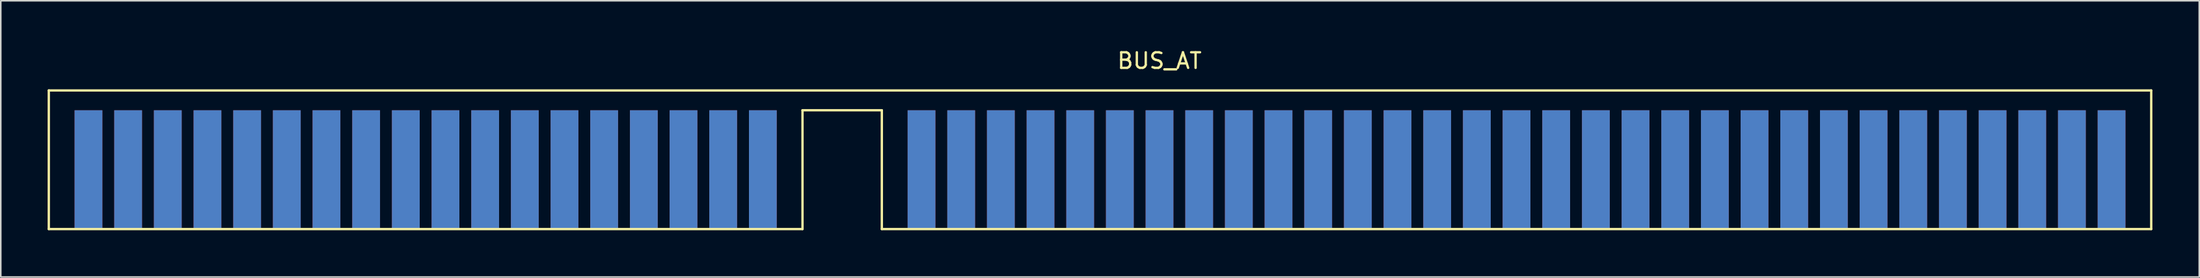
<source format=kicad_pcb>
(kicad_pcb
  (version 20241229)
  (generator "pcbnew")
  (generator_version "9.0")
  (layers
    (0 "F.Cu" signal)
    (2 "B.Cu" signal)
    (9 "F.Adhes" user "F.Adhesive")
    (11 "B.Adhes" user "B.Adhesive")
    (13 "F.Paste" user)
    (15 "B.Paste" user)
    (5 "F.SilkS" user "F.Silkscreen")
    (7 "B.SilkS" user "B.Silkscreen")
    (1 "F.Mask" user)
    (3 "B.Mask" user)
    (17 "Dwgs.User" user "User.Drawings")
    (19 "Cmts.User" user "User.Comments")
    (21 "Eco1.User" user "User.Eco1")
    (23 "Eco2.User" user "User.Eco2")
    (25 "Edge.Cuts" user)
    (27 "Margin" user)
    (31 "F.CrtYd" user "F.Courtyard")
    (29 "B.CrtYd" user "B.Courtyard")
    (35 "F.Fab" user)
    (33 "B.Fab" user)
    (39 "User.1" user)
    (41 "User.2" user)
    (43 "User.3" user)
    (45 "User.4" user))
  (footprint "BUS_AT"
    (layer "F.Cu")
    (at 94.055 7.833)
    (property "Reference" "BUS_AT" (at -22.86 -6.985 0) (layer "F.SilkS") (effects (font (size 1 1) (thickness 0.15))))
    (attr through_hole)
    (fp_line (start -93.98 -5.08) (end 40.64 -5.08) (stroke (width 0.15) (type solid)) (layer "F.SilkS"))
    (fp_line (start -93.98 3.81) (end -93.98 -5.08) (stroke (width 0.15) (type solid)) (layer "F.SilkS"))
    (fp_line (start -45.72 -3.81) (end -45.72 3.81) (stroke (width 0.15) (type solid)) (layer "F.SilkS"))
    (fp_line (start -45.72 3.81) (end -93.98 3.81) (stroke (width 0.15) (type solid)) (layer "F.SilkS"))
    (fp_line (start -40.64 -3.81) (end -45.72 -3.81) (stroke (width 0.15) (type solid)) (layer "F.SilkS"))
    (fp_line (start -40.64 3.81) (end -40.64 -3.81) (stroke (width 0.15) (type solid)) (layer "F.SilkS"))
    (fp_line (start 40.64 -5.08) (end 40.64 3.81) (stroke (width 0.15) (type solid)) (layer "F.SilkS"))
    (fp_line (start 40.64 3.81) (end -40.64 3.81) (stroke (width 0.15) (type solid)) (layer "F.SilkS"))
    (pad "1" connect rect (at 38.1 0) (size 1.778 7.62) (layers "B.Cu" "B.Mask"))
    (pad "2" connect rect (at 35.56 0) (size 1.778 7.62) (layers "B.Cu" "B.Mask"))
    (pad "3" connect rect (at 33.02 0) (size 1.778 7.62) (layers "B.Cu" "B.Mask"))
    (pad "4" connect rect (at 30.48 0) (size 1.778 7.62) (layers "B.Cu" "B.Mask"))
    (pad "5" connect rect (at 27.94 0) (size 1.778 7.62) (layers "B.Cu" "B.Mask"))
    (pad "6" connect rect (at 25.4 0) (size 1.778 7.62) (layers "B.Cu" "B.Mask"))
    (pad "7" connect rect (at 22.86 0) (size 1.778 7.62) (layers "B.Cu" "B.Mask"))
    (pad "8" connect rect (at 20.32 0) (size 1.778 7.62) (layers "B.Cu" "B.Mask"))
    (pad "9" connect rect (at 17.78 0) (size 1.778 7.62) (layers "B.Cu" "B.Mask"))
    (pad "10" connect rect (at 15.24 0) (size 1.778 7.62) (layers "B.Cu" "B.Mask"))
    (pad "11" connect rect (at 12.7 0) (size 1.778 7.62) (layers "B.Cu" "B.Mask"))
    (pad "12" connect rect (at 10.16 0) (size 1.778 7.62) (layers "B.Cu" "B.Mask"))
    (pad "13" connect rect (at 7.62 0) (size 1.778 7.62) (layers "B.Cu" "B.Mask"))
    (pad "14" connect rect (at 5.08 0) (size 1.778 7.62) (layers "B.Cu" "B.Mask"))
    (pad "15" connect rect (at 2.54 0) (size 1.778 7.62) (layers "B.Cu" "B.Mask"))
    (pad "16" connect rect (at 0 0) (size 1.778 7.62) (layers "B.Cu" "B.Mask"))
    (pad "17" connect rect (at -2.54 0) (size 1.778 7.62) (layers "B.Cu" "B.Mask"))
    (pad "18" connect rect (at -5.08 0) (size 1.778 7.62) (layers "B.Cu" "B.Mask"))
    (pad "19" connect rect (at -7.62 0) (size 1.778 7.62) (layers "B.Cu" "B.Mask"))
    (pad "20" connect rect (at -10.16 0) (size 1.778 7.62) (layers "B.Cu" "B.Mask"))
    (pad "21" connect rect (at -12.7 0) (size 1.778 7.62) (layers "B.Cu" "B.Mask"))
    (pad "22" connect rect (at -15.24 0) (size 1.778 7.62) (layers "B.Cu" "B.Mask"))
    (pad "23" connect rect (at -17.78 0) (size 1.778 7.62) (layers "B.Cu" "B.Mask"))
    (pad "24" connect rect (at -20.32 0) (size 1.778 7.62) (layers "B.Cu" "B.Mask"))
    (pad "25" connect rect (at -22.86 0) (size 1.778 7.62) (layers "B.Cu" "B.Mask"))
    (pad "26" connect rect (at -25.4 0) (size 1.778 7.62) (layers "B.Cu" "B.Mask"))
    (pad "27" connect rect (at -27.94 0) (size 1.778 7.62) (layers "B.Cu" "B.Mask"))
    (pad "28" connect rect (at -30.48 0) (size 1.778 7.62) (layers "B.Cu" "B.Mask"))
    (pad "29" connect rect (at -33.02 0) (size 1.778 7.62) (layers "B.Cu" "B.Mask"))
    (pad "30" connect rect (at -35.56 0) (size 1.778 7.62) (layers "B.Cu" "B.Mask"))
    (pad "31" connect rect (at -38.1 0) (size 1.778 7.62) (layers "B.Cu" "B.Mask"))
    (pad "32" connect rect (at 38.1 0) (size 1.778 7.62) (layers "F.Cu" "F.Mask"))
    (pad "33" connect rect (at 35.56 0) (size 1.778 7.62) (layers "F.Cu" "F.Mask"))
    (pad "34" connect rect (at 33.02 0) (size 1.778 7.62) (layers "F.Cu" "F.Mask"))
    (pad "35" connect rect (at 30.48 0) (size 1.778 7.62) (layers "F.Cu" "F.Mask"))
    (pad "36" connect rect (at 27.94 0) (size 1.778 7.62) (layers "F.Cu" "F.Mask"))
    (pad "37" connect rect (at 25.4 0) (size 1.778 7.62) (layers "F.Cu" "F.Mask"))
    (pad "38" connect rect (at 22.86 0) (size 1.778 7.62) (layers "F.Cu" "F.Mask"))
    (pad "39" connect rect (at 20.32 0) (size 1.778 7.62) (layers "F.Cu" "F.Mask"))
    (pad "40" connect rect (at 17.78 0) (size 1.778 7.62) (layers "F.Cu" "F.Mask"))
    (pad "41" connect rect (at 15.24 0) (size 1.778 7.62) (layers "F.Cu" "F.Mask"))
    (pad "42" connect rect (at 12.7 0) (size 1.778 7.62) (layers "F.Cu" "F.Mask"))
    (pad "43" connect rect (at 10.16 0) (size 1.778 7.62) (layers "F.Cu" "F.Mask"))
    (pad "44" connect rect (at 7.62 0) (size 1.778 7.62) (layers "F.Cu" "F.Mask"))
    (pad "45" connect rect (at 5.08 0) (size 1.778 7.62) (layers "F.Cu" "F.Mask"))
    (pad "46" connect rect (at 2.54 0) (size 1.778 7.62) (layers "F.Cu" "F.Mask"))
    (pad "47" connect rect (at 0 0) (size 1.778 7.62) (layers "F.Cu" "F.Mask"))
    (pad "48" connect rect (at -2.54 0) (size 1.778 7.62) (layers "F.Cu" "F.Mask"))
    (pad "49" connect rect (at -5.08 0) (size 1.778 7.62) (layers "F.Cu" "F.Mask"))
    (pad "50" connect rect (at -7.62 0) (size 1.778 7.62) (layers "F.Cu" "F.Mask"))
    (pad "51" connect rect (at -10.16 0) (size 1.778 7.62) (layers "F.Cu" "F.Mask"))
    (pad "52" connect rect (at -12.7 0) (size 1.778 7.62) (layers "F.Cu" "F.Mask"))
    (pad "53" connect rect (at -15.24 0) (size 1.778 7.62) (layers "F.Cu" "F.Mask"))
    (pad "54" connect rect (at -17.78 0) (size 1.778 7.62) (layers "F.Cu" "F.Mask"))
    (pad "55" connect rect (at -20.32 0) (size 1.778 7.62) (layers "F.Cu" "F.Mask"))
    (pad "56" connect rect (at -22.86 0) (size 1.778 7.62) (layers "F.Cu" "F.Mask"))
    (pad "57" connect rect (at -25.4 0) (size 1.778 7.62) (layers "F.Cu" "F.Mask"))
    (pad "58" connect rect (at -27.94 0) (size 1.778 7.62) (layers "F.Cu" "F.Mask"))
    (pad "59" connect rect (at -30.48 0) (size 1.778 7.62) (layers "F.Cu" "F.Mask"))
    (pad "60" connect rect (at -33.02 0) (size 1.778 7.62) (layers "F.Cu" "F.Mask"))
    (pad "61" connect rect (at -35.56 0) (size 1.778 7.62) (layers "F.Cu" "F.Mask"))
    (pad "62" connect rect (at -38.1 0) (size 1.778 7.62) (layers "F.Cu" "F.Mask"))
    (pad "63" connect rect (at -48.26 0) (size 1.778 7.62) (layers "B.Cu" "B.Mask"))
    (pad "64" connect rect (at -50.8 0) (size 1.778 7.62) (layers "B.Cu" "B.Mask"))
    (pad "65" connect rect (at -53.34 0) (size 1.778 7.62) (layers "B.Cu" "B.Mask"))
    (pad "66" connect rect (at -55.88 0) (size 1.778 7.62) (layers "B.Cu" "B.Mask"))
    (pad "67" connect rect (at -58.42 0) (size 1.778 7.62) (layers "B.Cu" "B.Mask"))
    (pad "68" connect rect (at -60.96 0) (size 1.778 7.62) (layers "B.Cu" "B.Mask"))
    (pad "69" connect rect (at -63.5 0) (size 1.778 7.62) (layers "B.Cu" "B.Mask"))
    (pad "70" connect rect (at -66.04 0) (size 1.778 7.62) (layers "B.Cu" "B.Mask"))
    (pad "71" connect rect (at -68.58 0) (size 1.778 7.62) (layers "B.Cu" "B.Mask"))
    (pad "72" connect rect (at -71.12 0) (size 1.778 7.62) (layers "B.Cu" "B.Mask"))
    (pad "73" connect rect (at -73.66 0) (size 1.778 7.62) (layers "B.Cu" "B.Mask"))
    (pad "74" connect rect (at -76.2 0) (size 1.778 7.62) (layers "B.Cu" "B.Mask"))
    (pad "75" connect rect (at -78.74 0) (size 1.778 7.62) (layers "B.Cu" "B.Mask"))
    (pad "76" connect rect (at -81.28 0) (size 1.778 7.62) (layers "B.Cu" "B.Mask"))
    (pad "77" connect rect (at -83.82 0) (size 1.778 7.62) (layers "B.Cu" "B.Mask"))
    (pad "78" connect rect (at -86.36 0) (size 1.778 7.62) (layers "B.Cu" "B.Mask"))
    (pad "79" connect rect (at -88.9 0) (size 1.778 7.62) (layers "B.Cu" "B.Mask"))
    (pad "80" connect rect (at -91.44 0) (size 1.778 7.62) (layers "B.Cu" "B.Mask"))
    (pad "81" connect rect (at -48.26 0) (size 1.778 7.62) (layers "F.Cu" "F.Mask"))
    (pad "82" connect rect (at -50.8 0) (size 1.778 7.62) (layers "F.Cu" "F.Mask"))
    (pad "83" connect rect (at -53.34 0) (size 1.778 7.62) (layers "F.Cu" "F.Mask"))
    (pad "84" connect rect (at -55.88 0) (size 1.778 7.62) (layers "F.Cu" "F.Mask"))
    (pad "85" connect rect (at -58.42 0) (size 1.778 7.62) (layers "F.Cu" "F.Mask"))
    (pad "86" connect rect (at -60.96 0) (size 1.778 7.62) (layers "F.Cu" "F.Mask"))
    (pad "87" connect rect (at -63.5 0) (size 1.778 7.62) (layers "F.Cu" "F.Mask"))
    (pad "88" connect rect (at -66.04 0) (size 1.778 7.62) (layers "F.Cu" "F.Mask"))
    (pad "89" connect rect (at -68.58 0) (size 1.778 7.62) (layers "F.Cu" "F.Mask"))
    (pad "90" connect rect (at -71.12 0) (size 1.778 7.62) (layers "F.Cu" "F.Mask"))
    (pad "91" connect rect (at -73.66 0) (size 1.778 7.62) (layers "F.Cu" "F.Mask"))
    (pad "92" connect rect (at -76.2 0) (size 1.778 7.62) (layers "F.Cu" "F.Mask"))
    (pad "93" connect rect (at -78.74 0) (size 1.778 7.62) (layers "F.Cu" "F.Mask"))
    (pad "94" connect rect (at -81.28 0) (size 1.778 7.62) (layers "F.Cu" "F.Mask"))
    (pad "95" connect rect (at -83.82 0) (size 1.778 7.62) (layers "F.Cu" "F.Mask"))
    (pad "96" connect rect (at -86.36 0) (size 1.778 7.62) (layers "F.Cu" "F.Mask"))
    (pad "97" connect rect (at -88.9 0) (size 1.778 7.62) (layers "F.Cu" "F.Mask"))
    (pad "98" connect rect (at -91.44 0) (size 1.778 7.62) (layers "F.Cu" "F.Mask")))
  (gr_rect
    (start -3 -3)
    (end 137.77 14.718)
    (stroke (width 0.1) (type default))
    (fill no)
    (layer "Edge.Cuts")))
</source>
